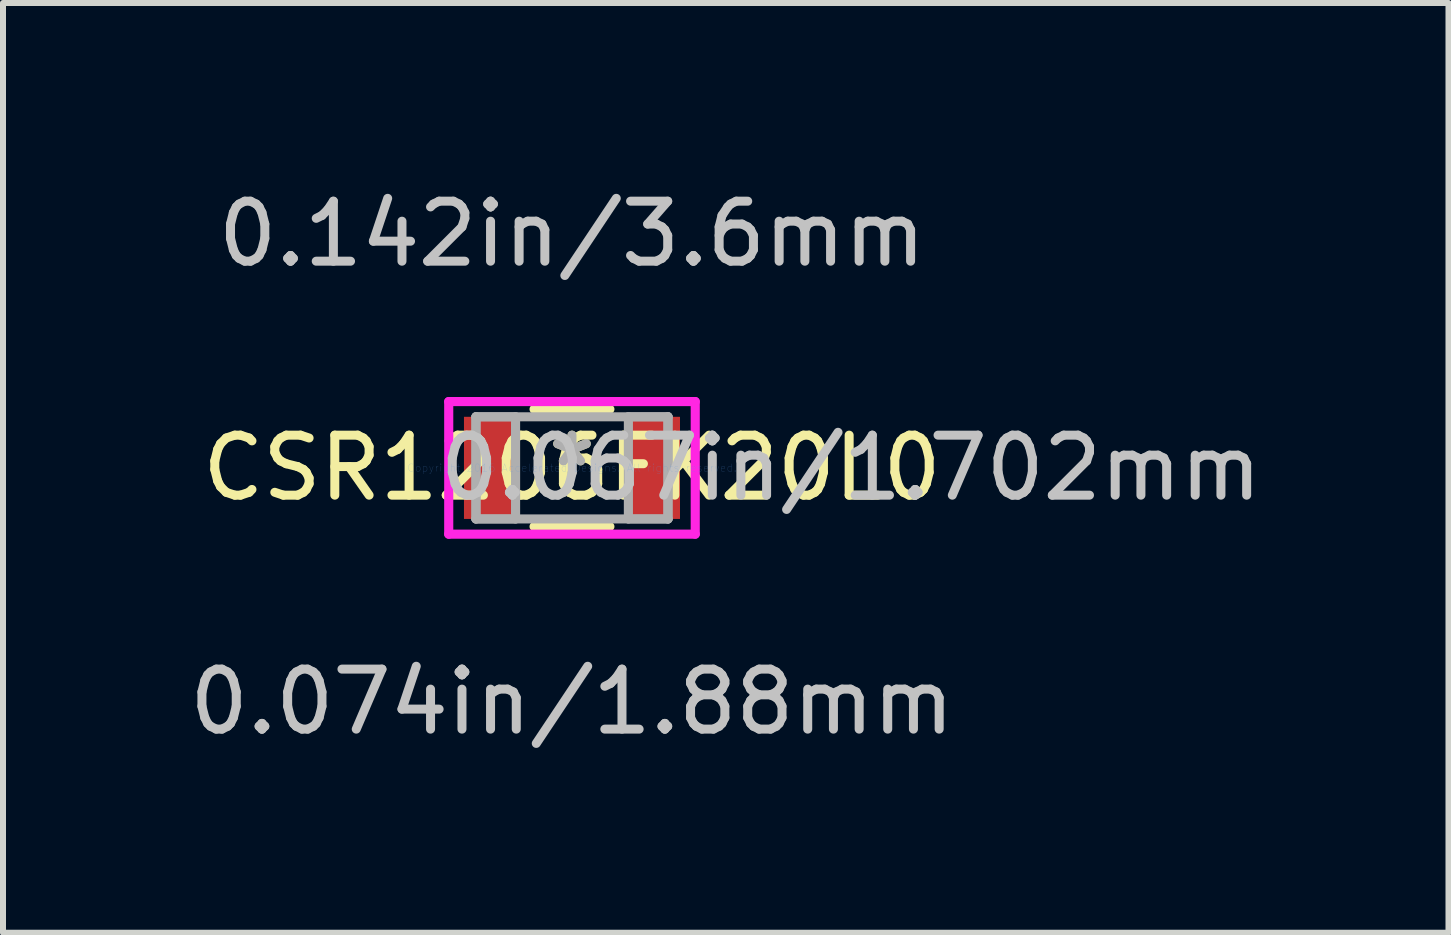
<source format=kicad_pcb>
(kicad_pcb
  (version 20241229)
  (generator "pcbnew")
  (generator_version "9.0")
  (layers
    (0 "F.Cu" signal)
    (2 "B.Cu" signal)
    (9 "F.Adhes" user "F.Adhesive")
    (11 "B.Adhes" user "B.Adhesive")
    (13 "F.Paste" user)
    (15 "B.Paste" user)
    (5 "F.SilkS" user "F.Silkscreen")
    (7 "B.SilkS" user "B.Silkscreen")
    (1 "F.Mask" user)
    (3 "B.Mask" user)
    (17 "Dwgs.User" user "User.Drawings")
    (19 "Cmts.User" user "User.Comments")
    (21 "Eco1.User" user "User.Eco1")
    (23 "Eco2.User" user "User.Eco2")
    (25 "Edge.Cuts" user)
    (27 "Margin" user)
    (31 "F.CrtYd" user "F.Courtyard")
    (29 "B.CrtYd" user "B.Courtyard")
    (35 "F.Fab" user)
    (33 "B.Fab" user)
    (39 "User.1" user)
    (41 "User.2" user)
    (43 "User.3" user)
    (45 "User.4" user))
  (footprint "CSR1206FK20L0"
    (layer "F.Cu")
    (at 6.482 4.747)
    (property "Reference" "CSR1206FK20L0" (at 0 0 0) (layer "F.SilkS") (effects (font (size 1 1) (thickness 0.15))))
    (attr through_hole)
    (fp_line (start -0.632 0.978) (end 0.632 0.978) (stroke (width 0.152) (type solid)) (layer "F.SilkS"))
    (fp_line (start 0.632 -0.978) (end -0.632 -0.978) (stroke (width 0.152) (type solid)) (layer "F.SilkS"))
    (fp_line (start -2.054 -1.105) (end 2.054 -1.105) (stroke (width 0.152) (type solid)) (layer "F.CrtYd"))
    (fp_line (start -2.054 1.105) (end -2.054 -1.105) (stroke (width 0.152) (type solid)) (layer "F.CrtYd"))
    (fp_line (start 2.054 -1.105) (end 2.054 1.105) (stroke (width 0.152) (type solid)) (layer "F.CrtYd"))
    (fp_line (start 2.054 1.105) (end -2.054 1.105) (stroke (width 0.152) (type solid)) (layer "F.CrtYd"))
    (fp_line (start -1.6 -0.851) (end -1.6 0.851) (stroke (width 0.152) (type solid)) (layer "F.Fab"))
    (fp_line (start -1.6 -0.851) (end -1.6 0.851) (stroke (width 0.152) (type solid)) (layer "F.Fab"))
    (fp_line (start -1.6 0.851) (end -0.94 0.851) (stroke (width 0.152) (type solid)) (layer "F.Fab"))
    (fp_line (start -1.6 0.851) (end 1.6 0.851) (stroke (width 0.152) (type solid)) (layer "F.Fab"))
    (fp_line (start -0.94 -0.851) (end -1.6 -0.851) (stroke (width 0.152) (type solid)) (layer "F.Fab"))
    (fp_line (start -0.94 0.851) (end -0.94 -0.851) (stroke (width 0.152) (type solid)) (layer "F.Fab"))
    (fp_line (start 0.94 -0.851) (end 0.94 0.851) (stroke (width 0.152) (type solid)) (layer "F.Fab"))
    (fp_line (start 0.94 0.851) (end 1.6 0.851) (stroke (width 0.152) (type solid)) (layer "F.Fab"))
    (fp_line (start 1.6 -0.851) (end -1.6 -0.851) (stroke (width 0.152) (type solid)) (layer "F.Fab"))
    (fp_line (start 1.6 -0.851) (end 0.94 -0.851) (stroke (width 0.152) (type solid)) (layer "F.Fab"))
    (fp_line (start 1.6 0.851) (end 1.6 -0.851) (stroke (width 0.152) (type solid)) (layer "F.Fab"))
    (fp_line (start 1.6 0.851) (end 1.6 -0.851) (stroke (width 0.152) (type solid)) (layer "F.Fab"))
    (fp_text user "*" (at 0 0 0) (layer "F.SilkS") (effects (font (size 1 1) (thickness 0.15))))
    (fp_text user "0.067in/1.702mm" (at 4.648 0 0) (layer "Dwgs.User") (effects (font (size 1 1) (thickness 0.15))))
    (fp_text user "0.142in/3.6mm" (at 0 -3.899 0) (layer "Dwgs.User") (effects (font (size 1 1) (thickness 0.15))))
    (fp_text user "0.074in/1.88mm" (at 0 3.899 0) (layer "Dwgs.User") (effects (font (size 1 1) (thickness 0.15))))
    (fp_text user "Copyright 2016 Accelerated Designs. All rights reserved." (at 0 0 0) (layer "Cmts.User") (effects (font (size 0.127 0.127) (thickness 0.002))))
    (fp_text user "*" (at 0 0 0) (layer "F.Fab") (effects (font (size 1 1) (thickness 0.15))))
    (pad "1" smd rect (at -1.37 0) (size 0.86 1.702) (layers "F.Cu" "F.Mask" "F.Paste"))
    (pad "2" smd rect (at 1.37 0) (size 0.86 1.702) (layers "F.Cu" "F.Mask" "F.Paste")))
  (gr_rect
    (start -3 -3)
    (end 21.089 12.494)
    (stroke (width 0.1) (type default))
    (fill no)
    (layer "Edge.Cuts")))
</source>
